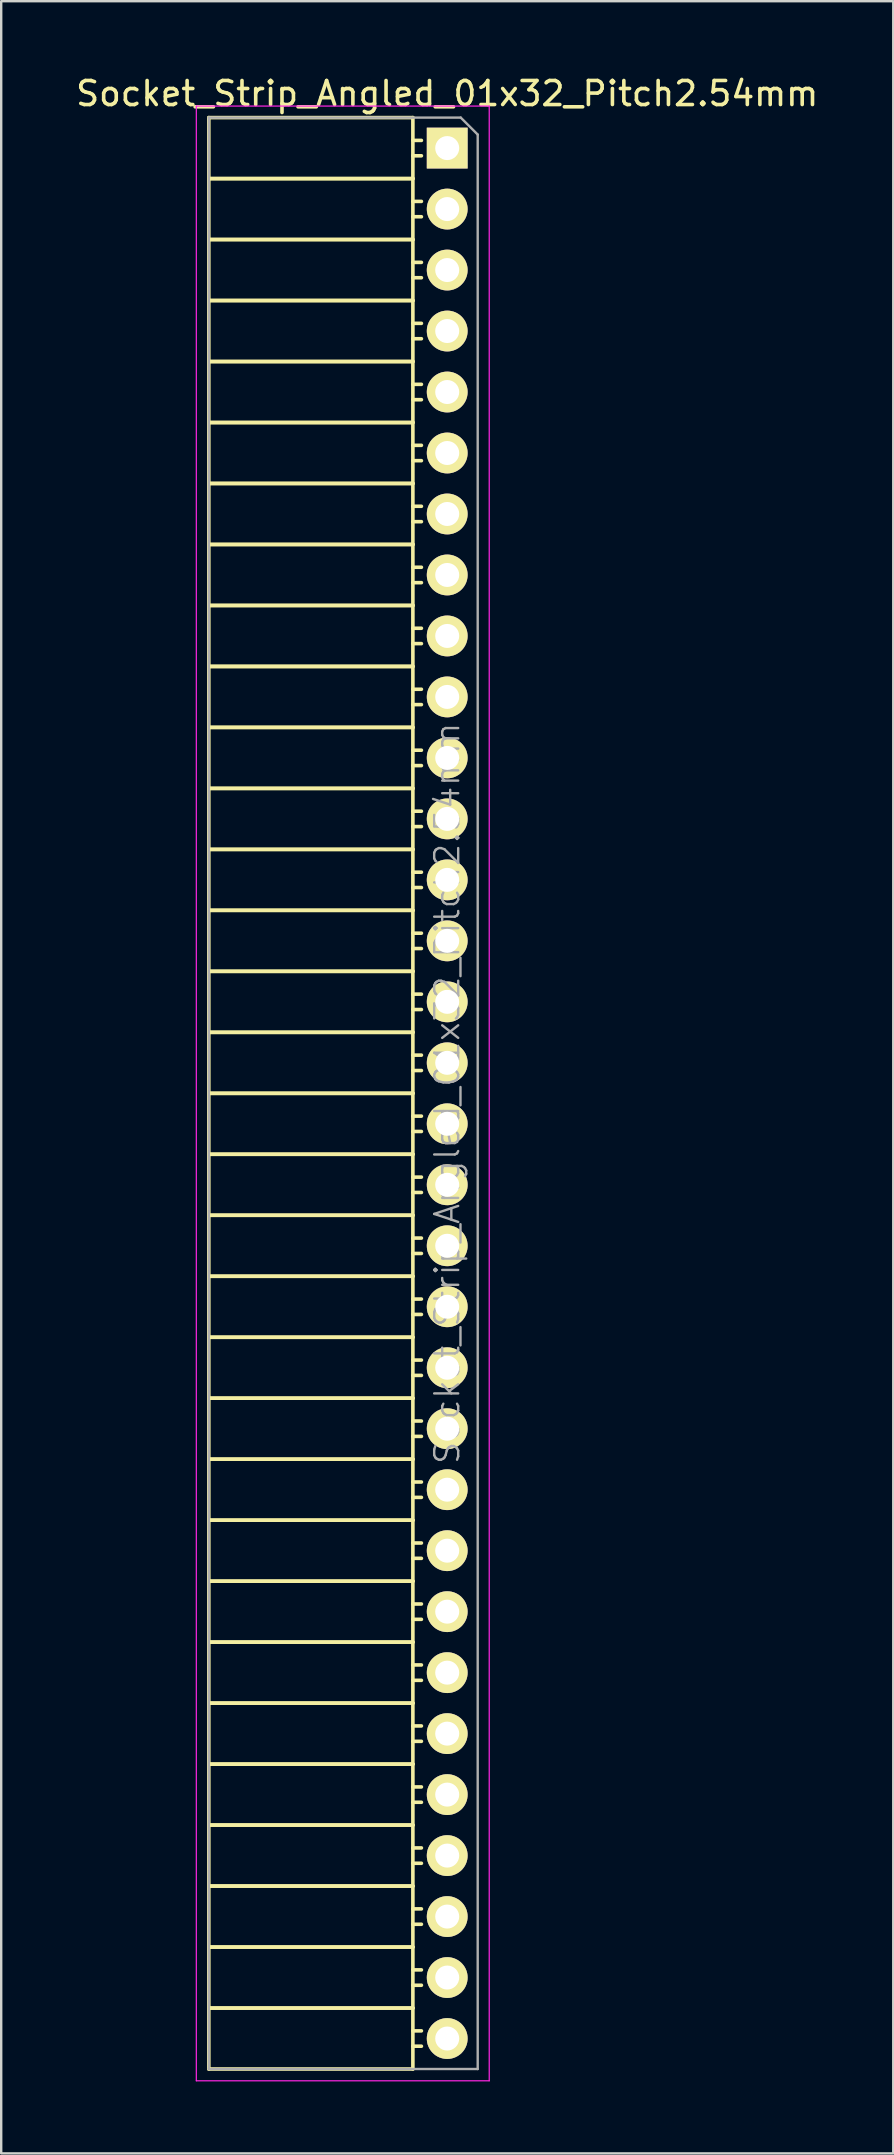
<source format=kicad_pcb>
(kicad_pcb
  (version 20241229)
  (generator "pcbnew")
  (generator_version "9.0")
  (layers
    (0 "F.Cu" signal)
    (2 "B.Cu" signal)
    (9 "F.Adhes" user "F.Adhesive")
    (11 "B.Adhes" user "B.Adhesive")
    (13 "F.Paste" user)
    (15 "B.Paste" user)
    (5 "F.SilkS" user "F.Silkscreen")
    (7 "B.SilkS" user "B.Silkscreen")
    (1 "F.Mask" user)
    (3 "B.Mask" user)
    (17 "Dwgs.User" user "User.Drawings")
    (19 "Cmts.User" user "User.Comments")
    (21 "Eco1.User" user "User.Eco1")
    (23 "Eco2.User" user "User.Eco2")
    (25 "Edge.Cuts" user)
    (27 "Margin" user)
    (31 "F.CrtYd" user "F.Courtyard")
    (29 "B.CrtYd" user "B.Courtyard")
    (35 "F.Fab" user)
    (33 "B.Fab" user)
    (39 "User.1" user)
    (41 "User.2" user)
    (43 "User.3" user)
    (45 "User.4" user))
  (footprint "Socket_Strip_Angled_01x32_Pitch2.54mm"
    (layer "F.Cu")
    (at 15.577 3.118)
    (property "Reference" "Socket_Strip_Angled_01x32_Pitch2.54mm" (at 0 -2.27 0) (layer "F.SilkS") (effects (font (size 1 1) (thickness 0.15))))
    (attr smd)
    (fp_line (start -9.93 -1.27) (end -9.93 1.27) (stroke (width 0.15) (type solid)) (layer "F.SilkS"))
    (fp_line (start -9.93 -1.27) (end -1.43 -1.27) (stroke (width 0.15) (type solid)) (layer "F.SilkS"))
    (fp_line (start -9.93 1.27) (end -9.93 3.81) (stroke (width 0.15) (type solid)) (layer "F.SilkS"))
    (fp_line (start -9.93 1.27) (end -1.43 1.27) (stroke (width 0.15) (type solid)) (layer "F.SilkS"))
    (fp_line (start -9.93 1.27) (end -1.43 1.27) (stroke (width 0.15) (type solid)) (layer "F.SilkS"))
    (fp_line (start -9.93 3.81) (end -9.93 6.35) (stroke (width 0.15) (type solid)) (layer "F.SilkS"))
    (fp_line (start -9.93 3.81) (end -1.43 3.81) (stroke (width 0.15) (type solid)) (layer "F.SilkS"))
    (fp_line (start -9.93 3.81) (end -1.43 3.81) (stroke (width 0.15) (type solid)) (layer "F.SilkS"))
    (fp_line (start -9.93 6.35) (end -9.93 8.89) (stroke (width 0.15) (type solid)) (layer "F.SilkS"))
    (fp_line (start -9.93 6.35) (end -1.43 6.35) (stroke (width 0.15) (type solid)) (layer "F.SilkS"))
    (fp_line (start -9.93 6.35) (end -1.43 6.35) (stroke (width 0.15) (type solid)) (layer "F.SilkS"))
    (fp_line (start -9.93 8.89) (end -9.93 11.43) (stroke (width 0.15) (type solid)) (layer "F.SilkS"))
    (fp_line (start -9.93 8.89) (end -1.43 8.89) (stroke (width 0.15) (type solid)) (layer "F.SilkS"))
    (fp_line (start -9.93 8.89) (end -1.43 8.89) (stroke (width 0.15) (type solid)) (layer "F.SilkS"))
    (fp_line (start -9.93 11.43) (end -9.93 13.97) (stroke (width 0.15) (type solid)) (layer "F.SilkS"))
    (fp_line (start -9.93 11.43) (end -1.43 11.43) (stroke (width 0.15) (type solid)) (layer "F.SilkS"))
    (fp_line (start -9.93 11.43) (end -1.43 11.43) (stroke (width 0.15) (type solid)) (layer "F.SilkS"))
    (fp_line (start -9.93 13.97) (end -9.93 16.51) (stroke (width 0.15) (type solid)) (layer "F.SilkS"))
    (fp_line (start -9.93 13.97) (end -1.43 13.97) (stroke (width 0.15) (type solid)) (layer "F.SilkS"))
    (fp_line (start -9.93 13.97) (end -1.43 13.97) (stroke (width 0.15) (type solid)) (layer "F.SilkS"))
    (fp_line (start -9.93 16.51) (end -9.93 19.05) (stroke (width 0.15) (type solid)) (layer "F.SilkS"))
    (fp_line (start -9.93 16.51) (end -1.43 16.51) (stroke (width 0.15) (type solid)) (layer "F.SilkS"))
    (fp_line (start -9.93 16.51) (end -1.43 16.51) (stroke (width 0.15) (type solid)) (layer "F.SilkS"))
    (fp_line (start -9.93 19.05) (end -9.93 21.59) (stroke (width 0.15) (type solid)) (layer "F.SilkS"))
    (fp_line (start -9.93 19.05) (end -1.43 19.05) (stroke (width 0.15) (type solid)) (layer "F.SilkS"))
    (fp_line (start -9.93 19.05) (end -1.43 19.05) (stroke (width 0.15) (type solid)) (layer "F.SilkS"))
    (fp_line (start -9.93 21.59) (end -9.93 24.13) (stroke (width 0.15) (type solid)) (layer "F.SilkS"))
    (fp_line (start -9.93 21.59) (end -1.43 21.59) (stroke (width 0.15) (type solid)) (layer "F.SilkS"))
    (fp_line (start -9.93 21.59) (end -1.43 21.59) (stroke (width 0.15) (type solid)) (layer "F.SilkS"))
    (fp_line (start -9.93 24.13) (end -9.93 26.67) (stroke (width 0.15) (type solid)) (layer "F.SilkS"))
    (fp_line (start -9.93 24.13) (end -1.43 24.13) (stroke (width 0.15) (type solid)) (layer "F.SilkS"))
    (fp_line (start -9.93 24.13) (end -1.43 24.13) (stroke (width 0.15) (type solid)) (layer "F.SilkS"))
    (fp_line (start -9.93 26.67) (end -9.93 29.21) (stroke (width 0.15) (type solid)) (layer "F.SilkS"))
    (fp_line (start -9.93 26.67) (end -1.43 26.67) (stroke (width 0.15) (type solid)) (layer "F.SilkS"))
    (fp_line (start -9.93 26.67) (end -1.43 26.67) (stroke (width 0.15) (type solid)) (layer "F.SilkS"))
    (fp_line (start -9.93 29.21) (end -9.93 31.75) (stroke (width 0.15) (type solid)) (layer "F.SilkS"))
    (fp_line (start -9.93 29.21) (end -1.43 29.21) (stroke (width 0.15) (type solid)) (layer "F.SilkS"))
    (fp_line (start -9.93 29.21) (end -1.43 29.21) (stroke (width 0.15) (type solid)) (layer "F.SilkS"))
    (fp_line (start -9.93 31.75) (end -9.93 34.29) (stroke (width 0.15) (type solid)) (layer "F.SilkS"))
    (fp_line (start -9.93 31.75) (end -1.43 31.75) (stroke (width 0.15) (type solid)) (layer "F.SilkS"))
    (fp_line (start -9.93 31.75) (end -1.43 31.75) (stroke (width 0.15) (type solid)) (layer "F.SilkS"))
    (fp_line (start -9.93 34.29) (end -9.93 36.83) (stroke (width 0.15) (type solid)) (layer "F.SilkS"))
    (fp_line (start -9.93 34.29) (end -1.43 34.29) (stroke (width 0.15) (type solid)) (layer "F.SilkS"))
    (fp_line (start -9.93 34.29) (end -1.43 34.29) (stroke (width 0.15) (type solid)) (layer "F.SilkS"))
    (fp_line (start -9.93 36.83) (end -9.93 39.37) (stroke (width 0.15) (type solid)) (layer "F.SilkS"))
    (fp_line (start -9.93 36.83) (end -1.43 36.83) (stroke (width 0.15) (type solid)) (layer "F.SilkS"))
    (fp_line (start -9.93 36.83) (end -1.43 36.83) (stroke (width 0.15) (type solid)) (layer "F.SilkS"))
    (fp_line (start -9.93 39.37) (end -9.93 41.91) (stroke (width 0.15) (type solid)) (layer "F.SilkS"))
    (fp_line (start -9.93 39.37) (end -1.43 39.37) (stroke (width 0.15) (type solid)) (layer "F.SilkS"))
    (fp_line (start -9.93 39.37) (end -1.43 39.37) (stroke (width 0.15) (type solid)) (layer "F.SilkS"))
    (fp_line (start -9.93 41.91) (end -9.93 44.45) (stroke (width 0.15) (type solid)) (layer "F.SilkS"))
    (fp_line (start -9.93 41.91) (end -1.43 41.91) (stroke (width 0.15) (type solid)) (layer "F.SilkS"))
    (fp_line (start -9.93 41.91) (end -1.43 41.91) (stroke (width 0.15) (type solid)) (layer "F.SilkS"))
    (fp_line (start -9.93 44.45) (end -9.93 46.99) (stroke (width 0.15) (type solid)) (layer "F.SilkS"))
    (fp_line (start -9.93 44.45) (end -1.43 44.45) (stroke (width 0.15) (type solid)) (layer "F.SilkS"))
    (fp_line (start -9.93 44.45) (end -1.43 44.45) (stroke (width 0.15) (type solid)) (layer "F.SilkS"))
    (fp_line (start -9.93 46.99) (end -9.93 49.53) (stroke (width 0.15) (type solid)) (layer "F.SilkS"))
    (fp_line (start -9.93 46.99) (end -1.43 46.99) (stroke (width 0.15) (type solid)) (layer "F.SilkS"))
    (fp_line (start -9.93 46.99) (end -1.43 46.99) (stroke (width 0.15) (type solid)) (layer "F.SilkS"))
    (fp_line (start -9.93 49.53) (end -9.93 52.07) (stroke (width 0.15) (type solid)) (layer "F.SilkS"))
    (fp_line (start -9.93 49.53) (end -1.43 49.53) (stroke (width 0.15) (type solid)) (layer "F.SilkS"))
    (fp_line (start -9.93 49.53) (end -1.43 49.53) (stroke (width 0.15) (type solid)) (layer "F.SilkS"))
    (fp_line (start -9.93 52.07) (end -9.93 54.61) (stroke (width 0.15) (type solid)) (layer "F.SilkS"))
    (fp_line (start -9.93 52.07) (end -1.43 52.07) (stroke (width 0.15) (type solid)) (layer "F.SilkS"))
    (fp_line (start -9.93 52.07) (end -1.43 52.07) (stroke (width 0.15) (type solid)) (layer "F.SilkS"))
    (fp_line (start -9.93 54.61) (end -9.93 57.15) (stroke (width 0.15) (type solid)) (layer "F.SilkS"))
    (fp_line (start -9.93 54.61) (end -1.43 54.61) (stroke (width 0.15) (type solid)) (layer "F.SilkS"))
    (fp_line (start -9.93 54.61) (end -1.43 54.61) (stroke (width 0.15) (type solid)) (layer "F.SilkS"))
    (fp_line (start -9.93 57.15) (end -9.93 59.69) (stroke (width 0.15) (type solid)) (layer "F.SilkS"))
    (fp_line (start -9.93 57.15) (end -1.43 57.15) (stroke (width 0.15) (type solid)) (layer "F.SilkS"))
    (fp_line (start -9.93 57.15) (end -1.43 57.15) (stroke (width 0.15) (type solid)) (layer "F.SilkS"))
    (fp_line (start -9.93 59.69) (end -9.93 62.23) (stroke (width 0.15) (type solid)) (layer "F.SilkS"))
    (fp_line (start -9.93 59.69) (end -1.43 59.69) (stroke (width 0.15) (type solid)) (layer "F.SilkS"))
    (fp_line (start -9.93 59.69) (end -1.43 59.69) (stroke (width 0.15) (type solid)) (layer "F.SilkS"))
    (fp_line (start -9.93 62.23) (end -9.93 64.77) (stroke (width 0.15) (type solid)) (layer "F.SilkS"))
    (fp_line (start -9.93 62.23) (end -1.43 62.23) (stroke (width 0.15) (type solid)) (layer "F.SilkS"))
    (fp_line (start -9.93 62.23) (end -1.43 62.23) (stroke (width 0.15) (type solid)) (layer "F.SilkS"))
    (fp_line (start -9.93 64.77) (end -9.93 67.31) (stroke (width 0.15) (type solid)) (layer "F.SilkS"))
    (fp_line (start -9.93 64.77) (end -1.43 64.77) (stroke (width 0.15) (type solid)) (layer "F.SilkS"))
    (fp_line (start -9.93 64.77) (end -1.43 64.77) (stroke (width 0.15) (type solid)) (layer "F.SilkS"))
    (fp_line (start -9.93 67.31) (end -9.93 69.85) (stroke (width 0.15) (type solid)) (layer "F.SilkS"))
    (fp_line (start -9.93 67.31) (end -1.43 67.31) (stroke (width 0.15) (type solid)) (layer "F.SilkS"))
    (fp_line (start -9.93 67.31) (end -1.43 67.31) (stroke (width 0.15) (type solid)) (layer "F.SilkS"))
    (fp_line (start -9.93 69.85) (end -9.93 72.39) (stroke (width 0.15) (type solid)) (layer "F.SilkS"))
    (fp_line (start -9.93 69.85) (end -1.43 69.85) (stroke (width 0.15) (type solid)) (layer "F.SilkS"))
    (fp_line (start -9.93 69.85) (end -1.43 69.85) (stroke (width 0.15) (type solid)) (layer "F.SilkS"))
    (fp_line (start -9.93 72.39) (end -9.93 74.93) (stroke (width 0.15) (type solid)) (layer "F.SilkS"))
    (fp_line (start -9.93 72.39) (end -1.43 72.39) (stroke (width 0.15) (type solid)) (layer "F.SilkS"))
    (fp_line (start -9.93 72.39) (end -1.43 72.39) (stroke (width 0.15) (type solid)) (layer "F.SilkS"))
    (fp_line (start -9.93 74.93) (end -9.93 77.47) (stroke (width 0.15) (type solid)) (layer "F.SilkS"))
    (fp_line (start -9.93 74.93) (end -1.43 74.93) (stroke (width 0.15) (type solid)) (layer "F.SilkS"))
    (fp_line (start -9.93 74.93) (end -1.43 74.93) (stroke (width 0.15) (type solid)) (layer "F.SilkS"))
    (fp_line (start -9.93 77.47) (end -9.93 80.01) (stroke (width 0.15) (type solid)) (layer "F.SilkS"))
    (fp_line (start -9.93 77.47) (end -1.43 77.47) (stroke (width 0.15) (type solid)) (layer "F.SilkS"))
    (fp_line (start -9.93 77.47) (end -1.43 77.47) (stroke (width 0.15) (type solid)) (layer "F.SilkS"))
    (fp_line (start -9.93 80.01) (end -1.43 80.01) (stroke (width 0.15) (type solid)) (layer "F.SilkS"))
    (fp_line (start -1.43 -1.27) (end -1.43 1.27) (stroke (width 0.15) (type solid)) (layer "F.SilkS"))
    (fp_line (start -1.43 -0.32) (end -1.075 -0.32) (stroke (width 0.15) (type solid)) (layer "F.SilkS"))
    (fp_line (start -1.43 0.32) (end -1.075 0.32) (stroke (width 0.15) (type solid)) (layer "F.SilkS"))
    (fp_line (start -1.43 1.27) (end -1.43 3.81) (stroke (width 0.15) (type solid)) (layer "F.SilkS"))
    (fp_line (start -1.43 2.22) (end -1.075 2.22) (stroke (width 0.15) (type solid)) (layer "F.SilkS"))
    (fp_line (start -1.43 2.86) (end -1.075 2.86) (stroke (width 0.15) (type solid)) (layer "F.SilkS"))
    (fp_line (start -1.43 3.81) (end -1.43 6.35) (stroke (width 0.15) (type solid)) (layer "F.SilkS"))
    (fp_line (start -1.43 4.76) (end -1.075 4.76) (stroke (width 0.15) (type solid)) (layer "F.SilkS"))
    (fp_line (start -1.43 5.4) (end -1.075 5.4) (stroke (width 0.15) (type solid)) (layer "F.SilkS"))
    (fp_line (start -1.43 6.35) (end -1.43 8.89) (stroke (width 0.15) (type solid)) (layer "F.SilkS"))
    (fp_line (start -1.43 7.3) (end -1.075 7.3) (stroke (width 0.15) (type solid)) (layer "F.SilkS"))
    (fp_line (start -1.43 7.94) (end -1.075 7.94) (stroke (width 0.15) (type solid)) (layer "F.SilkS"))
    (fp_line (start -1.43 8.89) (end -1.43 11.43) (stroke (width 0.15) (type solid)) (layer "F.SilkS"))
    (fp_line (start -1.43 9.84) (end -1.075 9.84) (stroke (width 0.15) (type solid)) (layer "F.SilkS"))
    (fp_line (start -1.43 10.48) (end -1.075 10.48) (stroke (width 0.15) (type solid)) (layer "F.SilkS"))
    (fp_line (start -1.43 11.43) (end -1.43 13.97) (stroke (width 0.15) (type solid)) (layer "F.SilkS"))
    (fp_line (start -1.43 12.38) (end -1.075 12.38) (stroke (width 0.15) (type solid)) (layer "F.SilkS"))
    (fp_line (start -1.43 13.02) (end -1.075 13.02) (stroke (width 0.15) (type solid)) (layer "F.SilkS"))
    (fp_line (start -1.43 13.97) (end -1.43 16.51) (stroke (width 0.15) (type solid)) (layer "F.SilkS"))
    (fp_line (start -1.43 14.92) (end -1.075 14.92) (stroke (width 0.15) (type solid)) (layer "F.SilkS"))
    (fp_line (start -1.43 15.56) (end -1.075 15.56) (stroke (width 0.15) (type solid)) (layer "F.SilkS"))
    (fp_line (start -1.43 16.51) (end -1.43 19.05) (stroke (width 0.15) (type solid)) (layer "F.SilkS"))
    (fp_line (start -1.43 17.46) (end -1.075 17.46) (stroke (width 0.15) (type solid)) (layer "F.SilkS"))
    (fp_line (start -1.43 18.1) (end -1.075 18.1) (stroke (width 0.15) (type solid)) (layer "F.SilkS"))
    (fp_line (start -1.43 19.05) (end -1.43 21.59) (stroke (width 0.15) (type solid)) (layer "F.SilkS"))
    (fp_line (start -1.43 20) (end -1.075 20) (stroke (width 0.15) (type solid)) (layer "F.SilkS"))
    (fp_line (start -1.43 20.64) (end -1.075 20.64) (stroke (width 0.15) (type solid)) (layer "F.SilkS"))
    (fp_line (start -1.43 21.59) (end -1.43 24.13) (stroke (width 0.15) (type solid)) (layer "F.SilkS"))
    (fp_line (start -1.43 22.54) (end -1.075 22.54) (stroke (width 0.15) (type solid)) (layer "F.SilkS"))
    (fp_line (start -1.43 23.18) (end -1.075 23.18) (stroke (width 0.15) (type solid)) (layer "F.SilkS"))
    (fp_line (start -1.43 24.13) (end -1.43 26.67) (stroke (width 0.15) (type solid)) (layer "F.SilkS"))
    (fp_line (start -1.43 25.08) (end -1.075 25.08) (stroke (width 0.15) (type solid)) (layer "F.SilkS"))
    (fp_line (start -1.43 25.72) (end -1.075 25.72) (stroke (width 0.15) (type solid)) (layer "F.SilkS"))
    (fp_line (start -1.43 26.67) (end -1.43 29.21) (stroke (width 0.15) (type solid)) (layer "F.SilkS"))
    (fp_line (start -1.43 27.62) (end -1.075 27.62) (stroke (width 0.15) (type solid)) (layer "F.SilkS"))
    (fp_line (start -1.43 28.26) (end -1.075 28.26) (stroke (width 0.15) (type solid)) (layer "F.SilkS"))
    (fp_line (start -1.43 29.21) (end -1.43 31.75) (stroke (width 0.15) (type solid)) (layer "F.SilkS"))
    (fp_line (start -1.43 30.16) (end -1.075 30.16) (stroke (width 0.15) (type solid)) (layer "F.SilkS"))
    (fp_line (start -1.43 30.8) (end -1.075 30.8) (stroke (width 0.15) (type solid)) (layer "F.SilkS"))
    (fp_line (start -1.43 31.75) (end -1.43 34.29) (stroke (width 0.15) (type solid)) (layer "F.SilkS"))
    (fp_line (start -1.43 32.7) (end -1.075 32.7) (stroke (width 0.15) (type solid)) (layer "F.SilkS"))
    (fp_line (start -1.43 33.34) (end -1.075 33.34) (stroke (width 0.15) (type solid)) (layer "F.SilkS"))
    (fp_line (start -1.43 34.29) (end -1.43 36.83) (stroke (width 0.15) (type solid)) (layer "F.SilkS"))
    (fp_line (start -1.43 35.24) (end -1.075 35.24) (stroke (width 0.15) (type solid)) (layer "F.SilkS"))
    (fp_line (start -1.43 35.88) (end -1.075 35.88) (stroke (width 0.15) (type solid)) (layer "F.SilkS"))
    (fp_line (start -1.43 36.83) (end -1.43 39.37) (stroke (width 0.15) (type solid)) (layer "F.SilkS"))
    (fp_line (start -1.43 37.78) (end -1.075 37.78) (stroke (width 0.15) (type solid)) (layer "F.SilkS"))
    (fp_line (start -1.43 38.42) (end -1.075 38.42) (stroke (width 0.15) (type solid)) (layer "F.SilkS"))
    (fp_line (start -1.43 39.37) (end -1.43 41.91) (stroke (width 0.15) (type solid)) (layer "F.SilkS"))
    (fp_line (start -1.43 40.32) (end -1.075 40.32) (stroke (width 0.15) (type solid)) (layer "F.SilkS"))
    (fp_line (start -1.43 40.96) (end -1.075 40.96) (stroke (width 0.15) (type solid)) (layer "F.SilkS"))
    (fp_line (start -1.43 41.91) (end -1.43 44.45) (stroke (width 0.15) (type solid)) (layer "F.SilkS"))
    (fp_line (start -1.43 42.86) (end -1.075 42.86) (stroke (width 0.15) (type solid)) (layer "F.SilkS"))
    (fp_line (start -1.43 43.5) (end -1.075 43.5) (stroke (width 0.15) (type solid)) (layer "F.SilkS"))
    (fp_line (start -1.43 44.45) (end -1.43 46.99) (stroke (width 0.15) (type solid)) (layer "F.SilkS"))
    (fp_line (start -1.43 45.4) (end -1.075 45.4) (stroke (width 0.15) (type solid)) (layer "F.SilkS"))
    (fp_line (start -1.43 46.04) (end -1.075 46.04) (stroke (width 0.15) (type solid)) (layer "F.SilkS"))
    (fp_line (start -1.43 46.99) (end -1.43 49.53) (stroke (width 0.15) (type solid)) (layer "F.SilkS"))
    (fp_line (start -1.43 47.94) (end -1.075 47.94) (stroke (width 0.15) (type solid)) (layer "F.SilkS"))
    (fp_line (start -1.43 48.58) (end -1.075 48.58) (stroke (width 0.15) (type solid)) (layer "F.SilkS"))
    (fp_line (start -1.43 49.53) (end -1.43 52.07) (stroke (width 0.15) (type solid)) (layer "F.SilkS"))
    (fp_line (start -1.43 50.48) (end -1.075 50.48) (stroke (width 0.15) (type solid)) (layer "F.SilkS"))
    (fp_line (start -1.43 51.12) (end -1.075 51.12) (stroke (width 0.15) (type solid)) (layer "F.SilkS"))
    (fp_line (start -1.43 52.07) (end -1.43 54.61) (stroke (width 0.15) (type solid)) (layer "F.SilkS"))
    (fp_line (start -1.43 53.02) (end -1.075 53.02) (stroke (width 0.15) (type solid)) (layer "F.SilkS"))
    (fp_line (start -1.43 53.66) (end -1.075 53.66) (stroke (width 0.15) (type solid)) (layer "F.SilkS"))
    (fp_line (start -1.43 54.61) (end -1.43 57.15) (stroke (width 0.15) (type solid)) (layer "F.SilkS"))
    (fp_line (start -1.43 55.56) (end -1.075 55.56) (stroke (width 0.15) (type solid)) (layer "F.SilkS"))
    (fp_line (start -1.43 56.2) (end -1.075 56.2) (stroke (width 0.15) (type solid)) (layer "F.SilkS"))
    (fp_line (start -1.43 57.15) (end -1.43 59.69) (stroke (width 0.15) (type solid)) (layer "F.SilkS"))
    (fp_line (start -1.43 58.1) (end -1.075 58.1) (stroke (width 0.15) (type solid)) (layer "F.SilkS"))
    (fp_line (start -1.43 58.74) (end -1.075 58.74) (stroke (width 0.15) (type solid)) (layer "F.SilkS"))
    (fp_line (start -1.43 59.69) (end -1.43 62.23) (stroke (width 0.15) (type solid)) (layer "F.SilkS"))
    (fp_line (start -1.43 60.64) (end -1.075 60.64) (stroke (width 0.15) (type solid)) (layer "F.SilkS"))
    (fp_line (start -1.43 61.28) (end -1.075 61.28) (stroke (width 0.15) (type solid)) (layer "F.SilkS"))
    (fp_line (start -1.43 62.23) (end -1.43 64.77) (stroke (width 0.15) (type solid)) (layer "F.SilkS"))
    (fp_line (start -1.43 63.18) (end -1.075 63.18) (stroke (width 0.15) (type solid)) (layer "F.SilkS"))
    (fp_line (start -1.43 63.82) (end -1.075 63.82) (stroke (width 0.15) (type solid)) (layer "F.SilkS"))
    (fp_line (start -1.43 64.77) (end -1.43 67.31) (stroke (width 0.15) (type solid)) (layer "F.SilkS"))
    (fp_line (start -1.43 65.72) (end -1.075 65.72) (stroke (width 0.15) (type solid)) (layer "F.SilkS"))
    (fp_line (start -1.43 66.36) (end -1.075 66.36) (stroke (width 0.15) (type solid)) (layer "F.SilkS"))
    (fp_line (start -1.43 67.31) (end -1.43 69.85) (stroke (width 0.15) (type solid)) (layer "F.SilkS"))
    (fp_line (start -1.43 68.26) (end -1.075 68.26) (stroke (width 0.15) (type solid)) (layer "F.SilkS"))
    (fp_line (start -1.43 68.9) (end -1.075 68.9) (stroke (width 0.15) (type solid)) (layer "F.SilkS"))
    (fp_line (start -1.43 69.85) (end -1.43 72.39) (stroke (width 0.15) (type solid)) (layer "F.SilkS"))
    (fp_line (start -1.43 70.8) (end -1.075 70.8) (stroke (width 0.15) (type solid)) (layer "F.SilkS"))
    (fp_line (start -1.43 71.44) (end -1.075 71.44) (stroke (width 0.15) (type solid)) (layer "F.SilkS"))
    (fp_line (start -1.43 72.39) (end -1.43 74.93) (stroke (width 0.15) (type solid)) (layer "F.SilkS"))
    (fp_line (start -1.43 73.34) (end -1.075 73.34) (stroke (width 0.15) (type solid)) (layer "F.SilkS"))
    (fp_line (start -1.43 73.98) (end -1.075 73.98) (stroke (width 0.15) (type solid)) (layer "F.SilkS"))
    (fp_line (start -1.43 74.93) (end -1.43 77.47) (stroke (width 0.15) (type solid)) (layer "F.SilkS"))
    (fp_line (start -1.43 75.88) (end -1.075 75.88) (stroke (width 0.15) (type solid)) (layer "F.SilkS"))
    (fp_line (start -1.43 76.52) (end -1.075 76.52) (stroke (width 0.15) (type solid)) (layer "F.SilkS"))
    (fp_line (start -1.43 77.47) (end -1.43 80.01) (stroke (width 0.15) (type solid)) (layer "F.SilkS"))
    (fp_line (start -1.43 78.42) (end -1.075 78.42) (stroke (width 0.15) (type solid)) (layer "F.SilkS"))
    (fp_line (start -1.43 79.06) (end -1.075 79.06) (stroke (width 0.15) (type solid)) (layer "F.SilkS"))
    (fp_line (start -10.45 -1.75) (end 1.75 -1.75) (stroke (width 0.05) (type solid)) (layer "F.CrtYd"))
    (fp_line (start -10.45 80.5) (end -10.45 -1.75) (stroke (width 0.05) (type solid)) (layer "F.CrtYd"))
    (fp_line (start -10.45 80.5) (end 1.75 80.5) (stroke (width 0.05) (type solid)) (layer "F.CrtYd"))
    (fp_line (start 1.75 80.5) (end 1.75 -1.75) (stroke (width 0.05) (type solid)) (layer "F.CrtYd"))
    (fp_line (start -9.93 -1.27) (end 0.563 -1.27) (stroke (width 0.1) (type solid)) (layer "F.Fab"))
    (fp_line (start -9.93 80.01) (end -9.93 -1.27) (stroke (width 0.1) (type solid)) (layer "F.Fab"))
    (fp_line (start -9.93 80.01) (end 1.27 80.01) (stroke (width 0.1) (type solid)) (layer "F.Fab"))
    (fp_line (start 1.27 -0.563) (end 0.563 -1.27) (stroke (width 0.1) (type solid)) (layer "F.Fab"))
    (fp_line (start 1.27 80.01) (end 1.27 -0.563) (stroke (width 0.1) (type solid)) (layer "F.Fab"))
    (fp_text user "${REFERENCE}" (at 0 39.37 90) (layer "F.Fab") (effects (font (size 1 1) (thickness 0.1))))
    (pad "1" thru_hole rect (at 0 0) (size 1.7 1.7) (drill 1) (layers "*.Cu" "*.Mask" "F.SilkS"))
    (pad "2" thru_hole oval (at 0 2.54) (size 1.7 1.7) (drill 1) (layers "*.Cu" "*.Mask" "F.SilkS"))
    (pad "3" thru_hole oval (at 0 5.08) (size 1.7 1.7) (drill 1) (layers "*.Cu" "*.Mask" "F.SilkS"))
    (pad "4" thru_hole oval (at 0 7.62) (size 1.7 1.7) (drill 1) (layers "*.Cu" "*.Mask" "F.SilkS"))
    (pad "5" thru_hole oval (at 0 10.16) (size 1.7 1.7) (drill 1) (layers "*.Cu" "*.Mask" "F.SilkS"))
    (pad "6" thru_hole oval (at 0 12.7) (size 1.7 1.7) (drill 1) (layers "*.Cu" "*.Mask" "F.SilkS"))
    (pad "7" thru_hole oval (at 0 15.24) (size 1.7 1.7) (drill 1) (layers "*.Cu" "*.Mask" "F.SilkS"))
    (pad "8" thru_hole oval (at 0 17.78) (size 1.7 1.7) (drill 1) (layers "*.Cu" "*.Mask" "F.SilkS"))
    (pad "9" thru_hole oval (at 0 20.32) (size 1.7 1.7) (drill 1) (layers "*.Cu" "*.Mask" "F.SilkS"))
    (pad "10" thru_hole oval (at 0 22.86) (size 1.7 1.7) (drill 1) (layers "*.Cu" "*.Mask" "F.SilkS"))
    (pad "11" thru_hole oval (at 0 25.4) (size 1.7 1.7) (drill 1) (layers "*.Cu" "*.Mask" "F.SilkS"))
    (pad "12" thru_hole oval (at 0 27.94) (size 1.7 1.7) (drill 1) (layers "*.Cu" "*.Mask" "F.SilkS"))
    (pad "13" thru_hole oval (at 0 30.48) (size 1.7 1.7) (drill 1) (layers "*.Cu" "*.Mask" "F.SilkS"))
    (pad "14" thru_hole oval (at 0 33.02) (size 1.7 1.7) (drill 1) (layers "*.Cu" "*.Mask" "F.SilkS"))
    (pad "15" thru_hole oval (at 0 35.56) (size 1.7 1.7) (drill 1) (layers "*.Cu" "*.Mask" "F.SilkS"))
    (pad "16" thru_hole oval (at 0 38.1) (size 1.7 1.7) (drill 1) (layers "*.Cu" "*.Mask" "F.SilkS"))
    (pad "17" thru_hole oval (at 0 40.64) (size 1.7 1.7) (drill 1) (layers "*.Cu" "*.Mask" "F.SilkS"))
    (pad "18" thru_hole oval (at 0 43.18) (size 1.7 1.7) (drill 1) (layers "*.Cu" "*.Mask" "F.SilkS"))
    (pad "19" thru_hole oval (at 0 45.72) (size 1.7 1.7) (drill 1) (layers "*.Cu" "*.Mask" "F.SilkS"))
    (pad "20" thru_hole oval (at 0 48.26) (size 1.7 1.7) (drill 1) (layers "*.Cu" "*.Mask" "F.SilkS"))
    (pad "21" thru_hole oval (at 0 50.8) (size 1.7 1.7) (drill 1) (layers "*.Cu" "*.Mask" "F.SilkS"))
    (pad "22" thru_hole oval (at 0 53.34) (size 1.7 1.7) (drill 1) (layers "*.Cu" "*.Mask" "F.SilkS"))
    (pad "23" thru_hole oval (at 0 55.88) (size 1.7 1.7) (drill 1) (layers "*.Cu" "*.Mask" "F.SilkS"))
    (pad "24" thru_hole oval (at 0 58.42) (size 1.7 1.7) (drill 1) (layers "*.Cu" "*.Mask" "F.SilkS"))
    (pad "25" thru_hole oval (at 0 60.96) (size 1.7 1.7) (drill 1) (layers "*.Cu" "*.Mask" "F.SilkS"))
    (pad "26" thru_hole oval (at 0 63.5) (size 1.7 1.7) (drill 1) (layers "*.Cu" "*.Mask" "F.SilkS"))
    (pad "27" thru_hole oval (at 0 66.04) (size 1.7 1.7) (drill 1) (layers "*.Cu" "*.Mask" "F.SilkS"))
    (pad "28" thru_hole oval (at 0 68.58) (size 1.7 1.7) (drill 1) (layers "*.Cu" "*.Mask" "F.SilkS"))
    (pad "29" thru_hole oval (at 0 71.12) (size 1.7 1.7) (drill 1) (layers "*.Cu" "*.Mask" "F.SilkS"))
    (pad "30" thru_hole oval (at 0 73.66) (size 1.7 1.7) (drill 1) (layers "*.Cu" "*.Mask" "F.SilkS"))
    (pad "31" thru_hole oval (at 0 76.2) (size 1.7 1.7) (drill 1) (layers "*.Cu" "*.Mask" "F.SilkS"))
    (pad "32" thru_hole oval (at 0 78.74) (size 1.7 1.7) (drill 1) (layers "*.Cu" "*.Mask" "F.SilkS")))
  (gr_rect
    (start -3 -3)
    (end 34.155 86.643)
    (stroke (width 0.1) (type default))
    (fill no)
    (layer "Edge.Cuts")))
</source>
